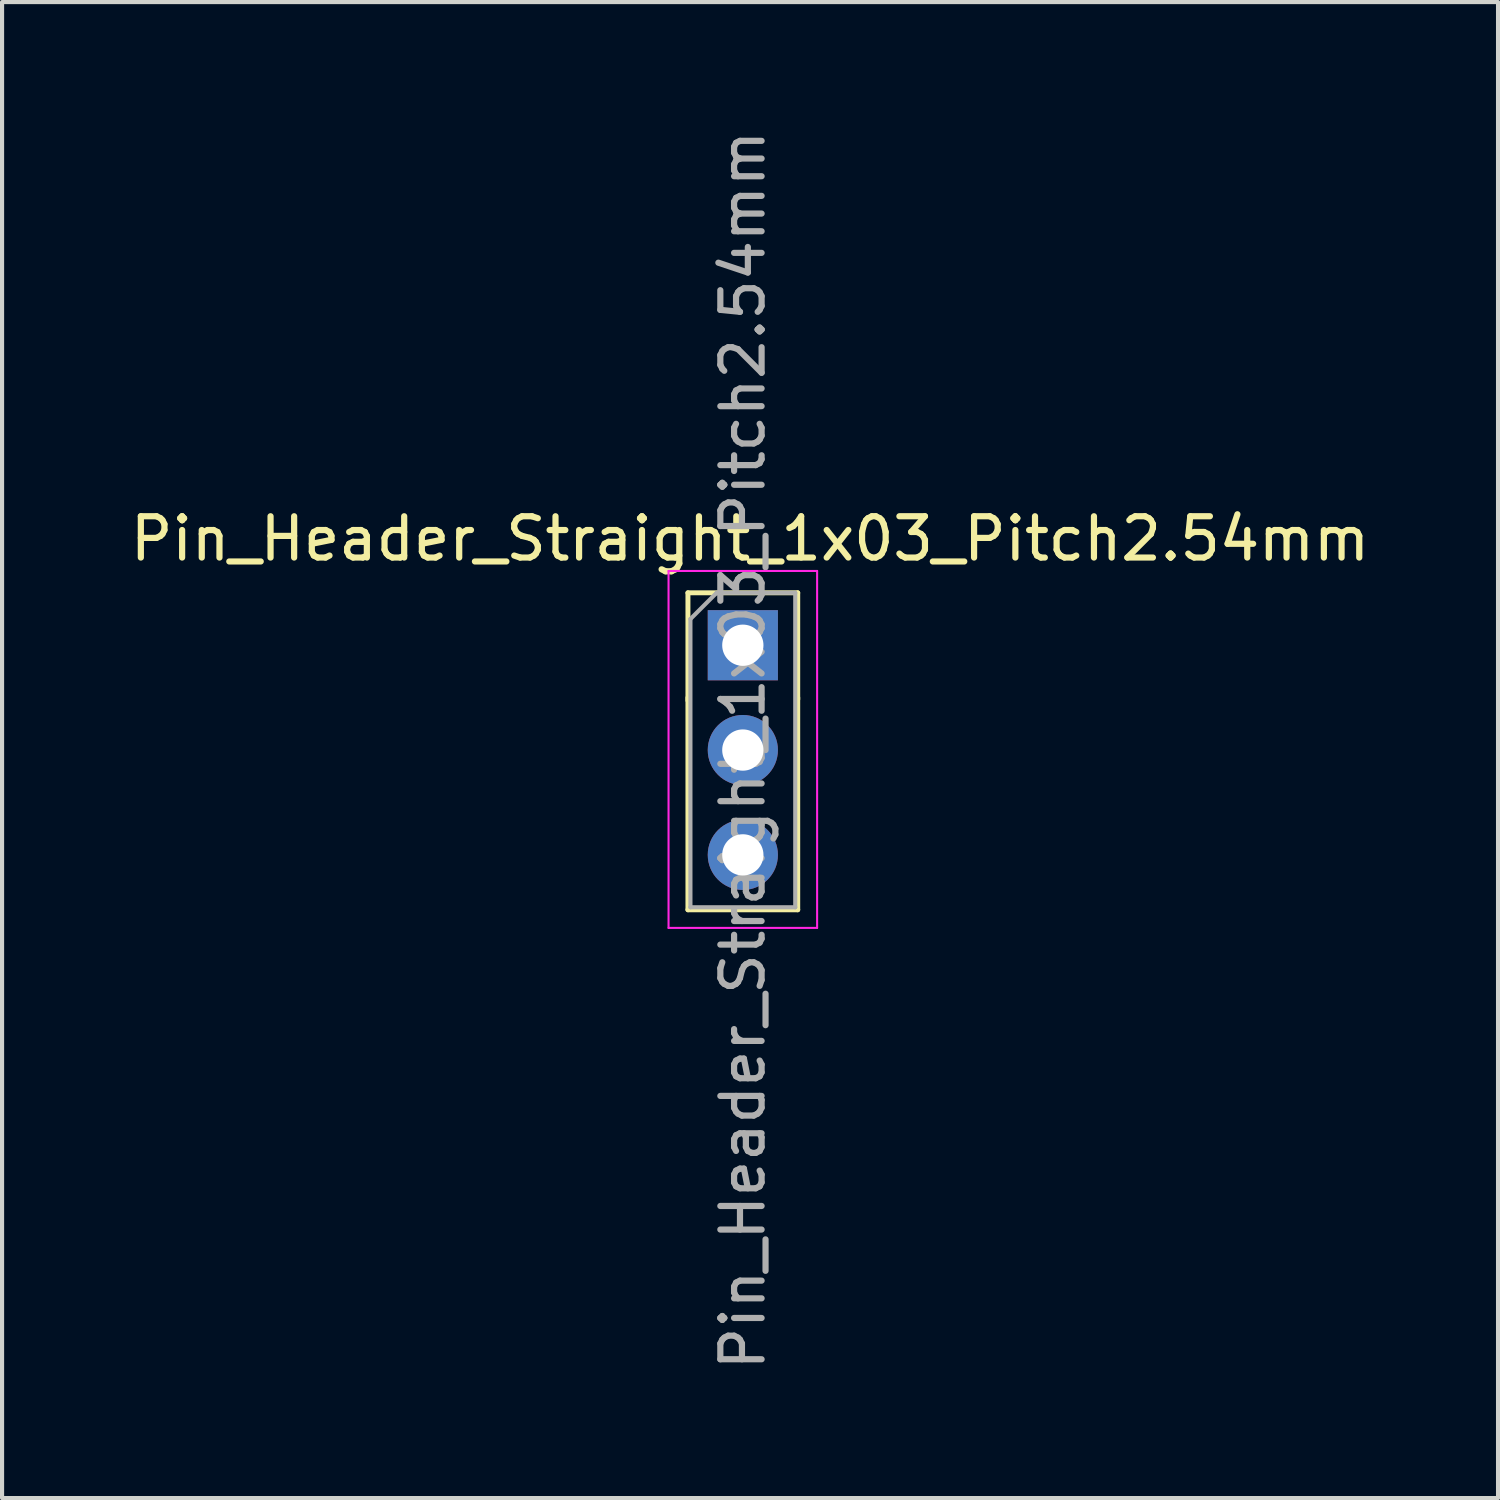
<source format=kicad_pcb>
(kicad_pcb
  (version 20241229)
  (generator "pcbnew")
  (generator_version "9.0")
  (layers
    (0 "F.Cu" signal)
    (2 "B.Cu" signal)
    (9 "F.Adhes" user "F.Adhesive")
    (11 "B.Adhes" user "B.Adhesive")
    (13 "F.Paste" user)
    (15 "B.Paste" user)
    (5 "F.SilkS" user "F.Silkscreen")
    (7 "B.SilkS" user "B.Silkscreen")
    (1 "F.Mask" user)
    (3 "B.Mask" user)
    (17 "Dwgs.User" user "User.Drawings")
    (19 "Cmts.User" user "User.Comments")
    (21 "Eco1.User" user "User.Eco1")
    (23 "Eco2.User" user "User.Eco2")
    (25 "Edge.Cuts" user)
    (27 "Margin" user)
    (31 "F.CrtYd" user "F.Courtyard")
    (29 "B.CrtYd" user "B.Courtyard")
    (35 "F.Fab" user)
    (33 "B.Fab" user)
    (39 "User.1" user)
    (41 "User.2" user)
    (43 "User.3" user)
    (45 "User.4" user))
  (footprint "Pin_Header_Straight_1x03_Pitch2.54mm"
    (layer "F.Cu")
    (at 14.95 12.585)
    (property "Reference" "Pin_Header_Straight_1x03_Pitch2.54mm" (at 0.175 -2.58 0) (layer "F.SilkS") (effects (font (size 1 1) (thickness 0.15))))
    (attr through_hole)
    (fp_line (start -1.33 -1.27) (end -1.33 1.34) (stroke (width 0.12) (type solid)) (layer "F.SilkS"))
    (fp_line (start -1.33 -1.27) (end 1.33 -1.27) (stroke (width 0.12) (type solid)) (layer "F.SilkS"))
    (fp_line (start -1.33 1.27) (end -1.33 6.41) (stroke (width 0.12) (type solid)) (layer "F.SilkS"))
    (fp_line (start -1.33 6.41) (end 1.33 6.41) (stroke (width 0.12) (type solid)) (layer "F.SilkS"))
    (fp_line (start 1.33 -1.27) (end 1.33 1.31) (stroke (width 0.12) (type solid)) (layer "F.SilkS"))
    (fp_line (start 1.33 1.27) (end 1.33 6.41) (stroke (width 0.12) (type solid)) (layer "F.SilkS"))
    (fp_line (start -1.8 -1.8) (end -1.8 6.85) (stroke (width 0.05) (type solid)) (layer "F.CrtYd"))
    (fp_line (start -1.8 6.85) (end 1.8 6.85) (stroke (width 0.05) (type solid)) (layer "F.CrtYd"))
    (fp_line (start 1.8 -1.8) (end -1.8 -1.8) (stroke (width 0.05) (type solid)) (layer "F.CrtYd"))
    (fp_line (start 1.8 6.85) (end 1.8 -1.8) (stroke (width 0.05) (type solid)) (layer "F.CrtYd"))
    (fp_line (start -1.27 -0.635) (end -0.635 -1.27) (stroke (width 0.1) (type solid)) (layer "F.Fab"))
    (fp_line (start -1.27 6.35) (end -1.27 -0.635) (stroke (width 0.1) (type solid)) (layer "F.Fab"))
    (fp_line (start -0.635 -1.27) (end 1.27 -1.27) (stroke (width 0.1) (type solid)) (layer "F.Fab"))
    (fp_line (start 1.27 -1.27) (end 1.27 6.35) (stroke (width 0.1) (type solid)) (layer "F.Fab"))
    (fp_line (start 1.27 6.35) (end -1.27 6.35) (stroke (width 0.1) (type solid)) (layer "F.Fab"))
    (fp_text user "${REFERENCE}" (at 0 2.54 90) (layer "F.Fab") (effects (font (size 1 1) (thickness 0.15))))
    (pad "1" thru_hole rect (at 0 0) (size 1.7 1.7) (drill 1) (layers "*.Cu" "*.Mask"))
    (pad "2" thru_hole oval (at 0 2.54) (size 1.7 1.7) (drill 1) (layers "*.Cu" "*.Mask"))
    (pad "3" thru_hole oval (at 0 5.08) (size 1.7 1.7) (drill 1) (layers "*.Cu" "*.Mask")))
  (gr_rect
    (start -3 -3)
    (end 33.25 33.25)
    (stroke (width 0.1) (type default))
    (fill no)
    (layer "Edge.Cuts")))
</source>
